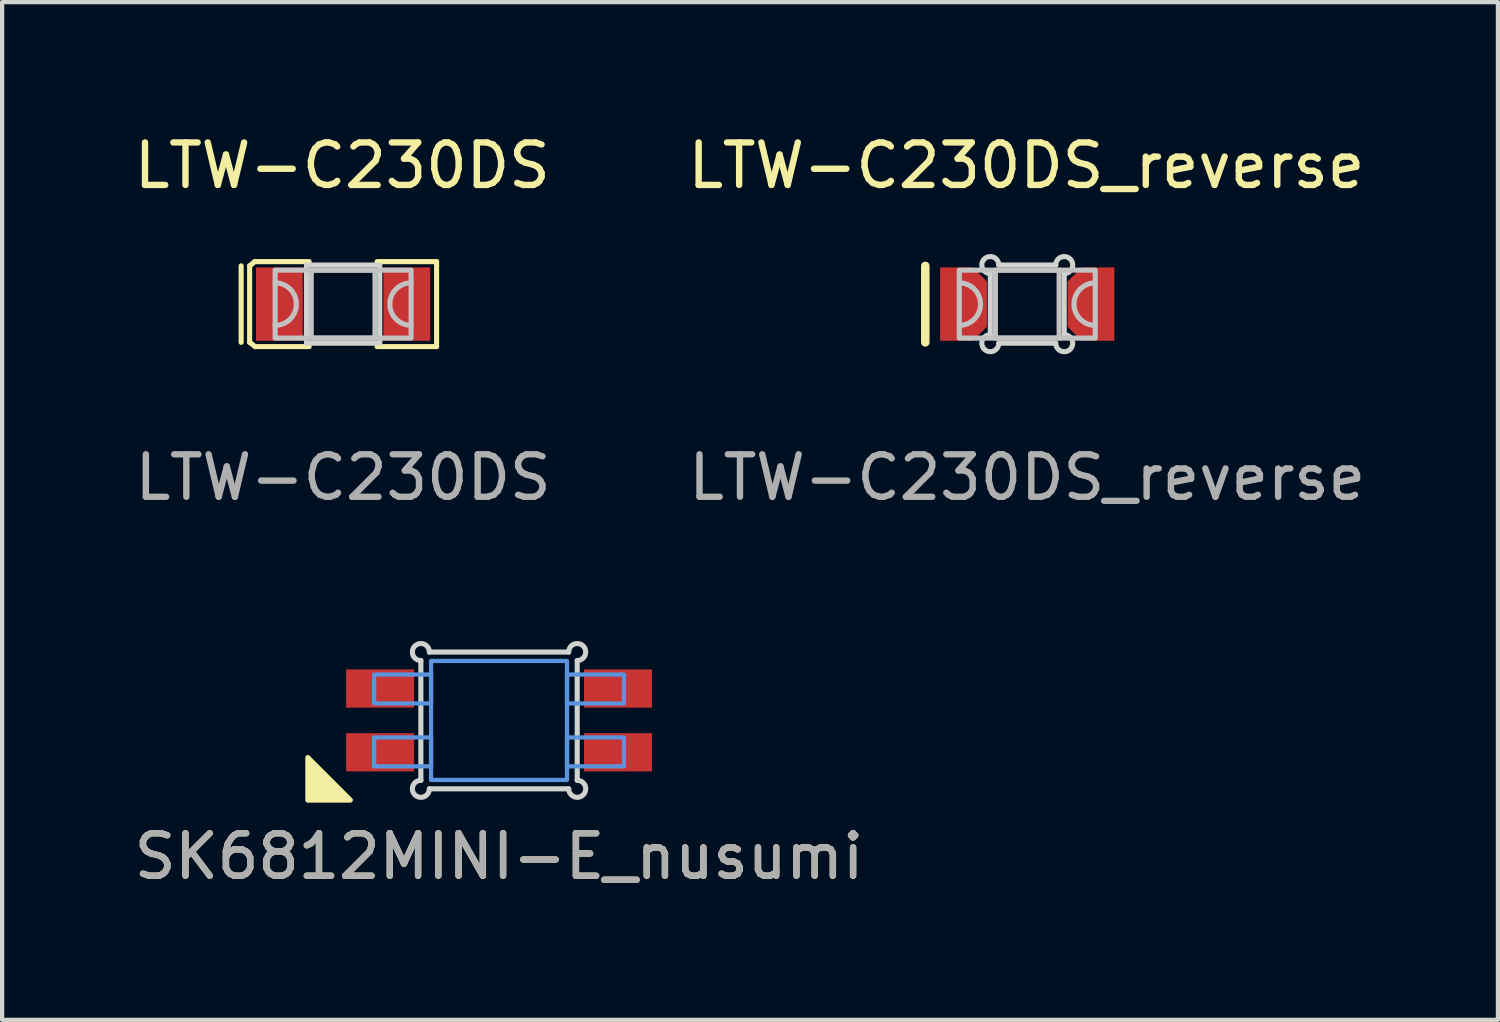
<source format=kicad_pcb>
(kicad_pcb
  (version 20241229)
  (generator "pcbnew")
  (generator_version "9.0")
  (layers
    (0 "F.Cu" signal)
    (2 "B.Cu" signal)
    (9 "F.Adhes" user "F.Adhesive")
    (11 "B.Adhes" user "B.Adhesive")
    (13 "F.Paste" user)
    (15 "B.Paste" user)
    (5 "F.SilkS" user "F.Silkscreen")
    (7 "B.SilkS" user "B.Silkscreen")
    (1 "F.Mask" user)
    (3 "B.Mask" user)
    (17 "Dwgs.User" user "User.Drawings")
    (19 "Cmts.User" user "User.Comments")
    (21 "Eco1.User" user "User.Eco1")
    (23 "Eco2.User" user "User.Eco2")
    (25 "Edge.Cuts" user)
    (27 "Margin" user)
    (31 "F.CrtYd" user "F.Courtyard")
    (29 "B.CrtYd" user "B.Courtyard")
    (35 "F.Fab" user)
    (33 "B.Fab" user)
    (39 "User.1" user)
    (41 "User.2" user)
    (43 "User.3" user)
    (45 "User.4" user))
  (footprint "LTW-C230DS"
    (layer "F.Cu")
    (at 5.026 4.108)
    (property "Reference" "LTW-C230DS" (at -0.02 -3.26 0) (unlocked yes) (layer "F.SilkS") (effects (font (size 1 1) (thickness 0.15))))
    (attr smd)
    (fp_line (start -2.4 -0.9) (end -2.4 0.9) (stroke (width 0.12) (type solid)) (layer "F.SilkS"))
    (fp_line (start -2.2 -0.9) (end -2.2 0.9) (stroke (width 0.12) (type solid)) (layer "F.SilkS"))
    (fp_line (start -2.2 -0.9) (end -2.08 -1) (stroke (width 0.12) (type solid)) (layer "F.SilkS"))
    (fp_line (start -2.2 0.9) (end -2.07 1) (stroke (width 0.12) (type solid)) (layer "F.SilkS"))
    (fp_line (start -2.08 -1) (end -0.8 -1) (stroke (width 0.12) (type solid)) (layer "F.SilkS"))
    (fp_line (start -2.07 1) (end -0.8 1) (stroke (width 0.12) (type solid)) (layer "F.SilkS"))
    (fp_line (start 0.8 -1) (end 2.2 -1) (stroke (width 0.12) (type solid)) (layer "F.SilkS"))
    (fp_line (start 2.2 -1) (end 2.2 1) (stroke (width 0.12) (type solid)) (layer "F.SilkS"))
    (fp_line (start 2.2 1) (end 0.8 1) (stroke (width 0.12) (type solid)) (layer "F.SilkS"))
    (fp_rect (start -1.6 -0.8) (end 1.6 0.8) (stroke (width 0.12) (type solid)) (fill no) (layer "Dwgs.User"))
    (fp_rect (start -0.75 -0.8) (end 0.75 0.8) (stroke (width 0.12) (type solid)) (fill no) (layer "Dwgs.User"))
    (fp_arc (start -1.6 -0.5) (mid -1.1 0) (end -1.6 0.5) (stroke (width 0.12) (type solid)) (layer "Dwgs.User"))
    (fp_arc (start 1.6 0.5) (mid 1.1 0) (end 1.6 -0.5) (stroke (width 0.12) (type solid)) (layer "Dwgs.User"))
    (fp_rect (start -0.863 -0.92) (end 0.863 0.92) (stroke (width 0.12) (type solid)) (fill no) (layer "Edge.Cuts"))
    (fp_text user "${REFERENCE}" (at 0 4.08 0) (unlocked yes) (layer "F.Fab") (effects (font (size 1 1) (thickness 0.15))))
    (pad "1" smd rect (at -1.5 0) (size 1.1 1.728) (layers "F.Cu" "F.Mask" "F.Paste"))
    (pad "2" smd rect (at 1.5 0) (size 1.1 1.728) (layers "F.Cu" "F.Mask" "F.Paste")))
  (footprint "SK6812MINI-E_nusumi"
    (layer "F.Cu")
    (at 8.696 13.907)
    (property "Reference" "SK6812MINI-E_nusumi" (at 0 3.2 0) (unlocked yes) (layer "F.SilkS") (effects (font (size 1 1) (thickness 0.15))))
    (attr smd)
    (fp_poly (pts (xy -3.5 1.875) (xy -4.5 1.875) (xy -4.5 0.875)) (stroke (width 0.12) (type solid)) (fill yes) (layer "F.SilkS"))
    (fp_rect (start -2.94 -1.08) (end -1.6 -0.4) (stroke (width 0.1) (type solid)) (fill no) (layer "Cmts.User"))
    (fp_rect (start -2.94 1.08) (end -1.6 0.4) (stroke (width 0.1) (type solid)) (fill no) (layer "Cmts.User"))
    (fp_rect (start -1.6 -1.4) (end 1.6 1.4) (stroke (width 0.1) (type solid)) (fill no) (layer "Cmts.User"))
    (fp_rect (start 2.94 -1.08) (end 1.6 -0.4) (stroke (width 0.1) (type solid)) (fill no) (layer "Cmts.User"))
    (fp_rect (start 2.94 1.08) (end 1.6 0.4) (stroke (width 0.1) (type solid)) (fill no) (layer "Cmts.User"))
    (fp_line (start -1.84 1.41) (end -1.84 -1.41) (stroke (width 0.12) (type solid)) (layer "Edge.Cuts"))
    (fp_line (start -1.64 1.61) (end 1.64 1.61) (stroke (width 0.12) (type solid)) (layer "Edge.Cuts"))
    (fp_line (start -1.64 -1.61) (end 1.64 -1.61) (stroke (width 0.12) (type solid)) (layer "Edge.Cuts"))
    (fp_line (start 1.84 -1.41) (end 1.84 1.41) (stroke (width 0.12) (type solid)) (layer "Edge.Cuts"))
    (fp_arc (start -1.84 -1.409751) (mid -1.981597 -1.751597) (end -1.639751 -1.61) (stroke (width 0.12) (type solid)) (layer "Edge.Cuts"))
    (fp_arc (start -1.64 1.61) (mid -1.981421 1.751421) (end -1.84 1.41) (stroke (width 0.12) (type solid)) (layer "Edge.Cuts"))
    (fp_arc (start 1.64 -1.61) (mid 1.981421 -1.751421) (end 1.84 -1.41) (stroke (width 0.12) (type solid)) (layer "Edge.Cuts"))
    (fp_arc (start 1.84 1.41) (mid 1.981421 1.751421) (end 1.64 1.61) (stroke (width 0.12) (type solid)) (layer "Edge.Cuts"))
    (fp_text user "${REFERENCE}" (at 0 3.2 0) (unlocked yes) (layer "F.Fab") (effects (font (size 1 1) (thickness 0.15))))
    (pad "1" smd rect (at 2.8 -0.75) (size 1.6 0.9) (layers "F.Cu" "F.Mask" "F.Paste"))
    (pad "2" smd rect (at 2.8 0.75) (size 1.6 0.9) (layers "F.Cu" "F.Mask" "F.Paste"))
    (pad "3" smd rect (at -2.8 0.75) (size 1.6 0.9) (layers "F.Cu" "F.Mask" "F.Paste"))
    (pad "4" smd rect (at -2.8 -0.75) (size 1.6 0.9) (layers "F.Cu" "F.Mask" "F.Paste")))
  (footprint "LTW-C230DS_reverse"
    (layer "F.Cu")
    (at 21.129 4.108)
    (property "Reference" "LTW-C230DS_reverse" (at -0.02 -3.26 0) (unlocked yes) (layer "F.SilkS") (effects (font (size 1 1) (thickness 0.15))))
    (attr smd)
    (fp_line (start -2.4 -0.9) (end -2.4 0.9) (stroke (width 0.2) (type solid)) (layer "F.SilkS"))
    (fp_rect (start -1.6 -0.8) (end 1.6 0.8) (stroke (width 0.12) (type solid)) (fill no) (layer "Dwgs.User"))
    (fp_rect (start -0.75 -0.8) (end 0.75 0.8) (stroke (width 0.12) (type solid)) (fill no) (layer "Dwgs.User"))
    (fp_arc (start -1.6 -0.5) (mid -1.1 0) (end -1.6 0.5) (stroke (width 0.12) (type solid)) (layer "Dwgs.User"))
    (fp_arc (start 1.6 0.5) (mid 1.1 0) (end 1.6 -0.5) (stroke (width 0.12) (type solid)) (layer "Dwgs.User"))
    (fp_line (start -0.87 -0.72) (end -0.87 0.72) (stroke (width 0.12) (type solid)) (layer "Edge.Cuts"))
    (fp_line (start -0.67 -0.92) (end 0.67 -0.92) (stroke (width 0.12) (type solid)) (layer "Edge.Cuts"))
    (fp_line (start -0.67 0.92) (end 0.67 0.92) (stroke (width 0.12) (type solid)) (layer "Edge.Cuts"))
    (fp_line (start 0.87 -0.72) (end 0.87 0.72) (stroke (width 0.12) (type solid)) (layer "Edge.Cuts"))
    (fp_arc (start -0.87 -0.72) (mid -1.011421 -1.061421) (end -0.67 -0.92) (stroke (width 0.12) (type solid)) (layer "Edge.Cuts"))
    (fp_arc (start -0.67 0.92) (mid -1.011421 1.061421) (end -0.87 0.72) (stroke (width 0.12) (type solid)) (layer "Edge.Cuts"))
    (fp_arc (start 0.67 -0.92) (mid 1.011421 -1.061421) (end 0.87 -0.72) (stroke (width 0.12) (type solid)) (layer "Edge.Cuts"))
    (fp_arc (start 0.87 0.719751) (mid 1.011597 1.061597) (end 0.669751 0.92) (stroke (width 0.12) (type solid)) (layer "Edge.Cuts"))
    (fp_text user "${REFERENCE}" (at 0 4.08 0) (unlocked yes) (layer "F.Fab") (effects (font (size 1 1) (thickness 0.15))))
    (pad "1" smd roundrect (at -1.5 0) (size 1.1 1.728) (layers "F.Cu" "F.Mask" "F.Paste") (roundrect_rratio 0) (chamfer_ratio 0.3) (chamfer top_right bottom_right))
    (pad "2" smd roundrect (at 1.5 0) (size 1.1 1.728) (layers "F.Cu" "F.Mask" "F.Paste") (roundrect_rratio 0) (chamfer_ratio 0.3) (chamfer top_left bottom_left)))
  (gr_rect
    (start -3 -3)
    (end 32.207 20.955)
    (stroke (width 0.1) (type default))
    (fill no)
    (layer "Edge.Cuts")))
</source>
